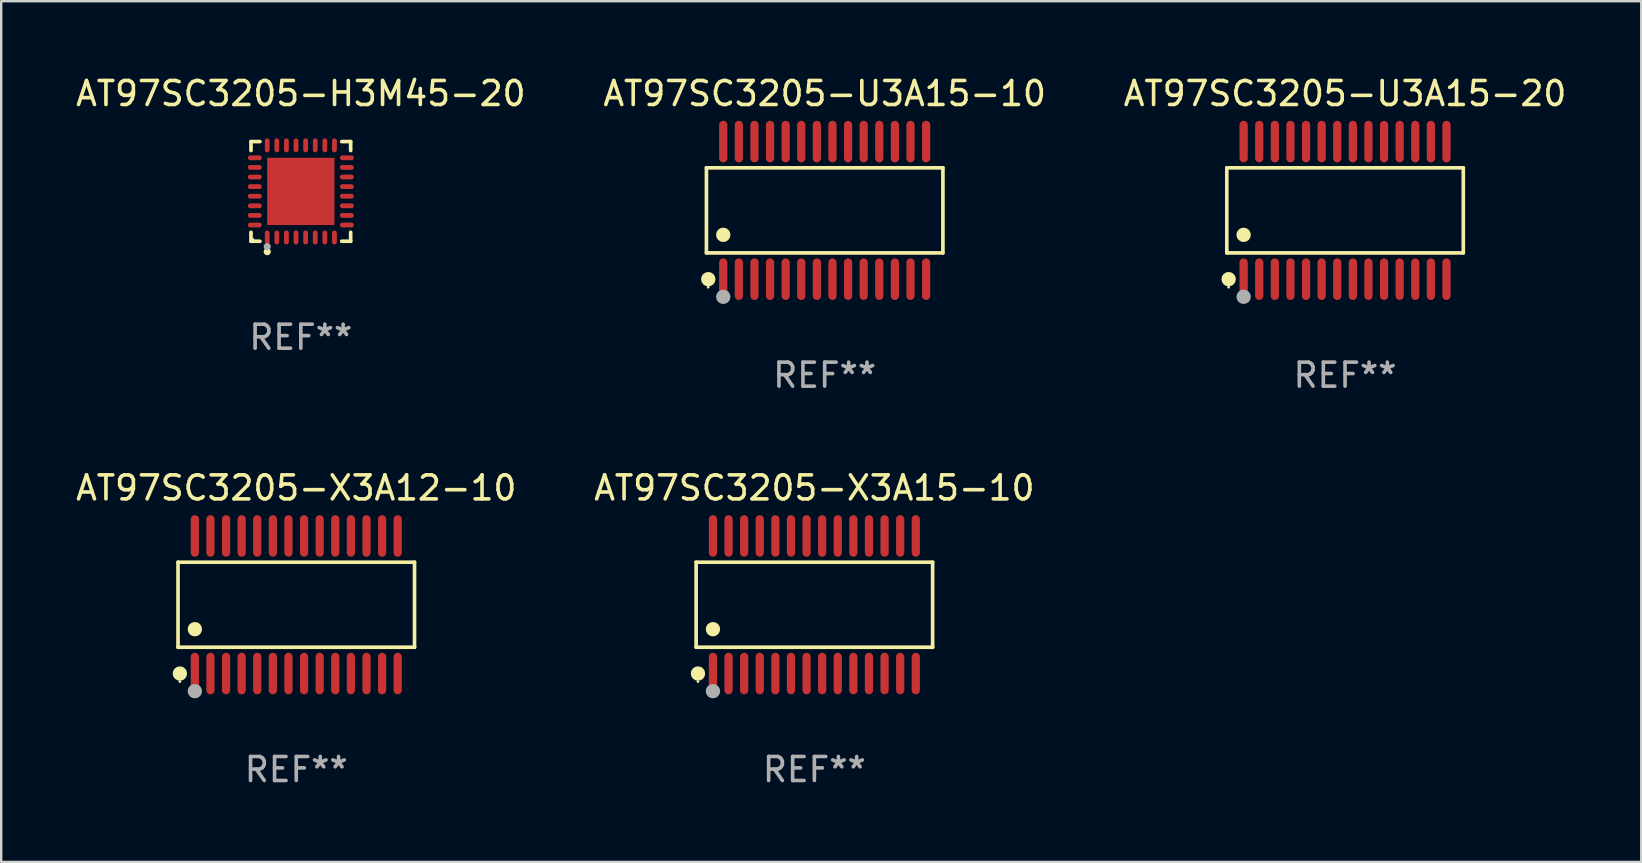
<source format=kicad_pcb>
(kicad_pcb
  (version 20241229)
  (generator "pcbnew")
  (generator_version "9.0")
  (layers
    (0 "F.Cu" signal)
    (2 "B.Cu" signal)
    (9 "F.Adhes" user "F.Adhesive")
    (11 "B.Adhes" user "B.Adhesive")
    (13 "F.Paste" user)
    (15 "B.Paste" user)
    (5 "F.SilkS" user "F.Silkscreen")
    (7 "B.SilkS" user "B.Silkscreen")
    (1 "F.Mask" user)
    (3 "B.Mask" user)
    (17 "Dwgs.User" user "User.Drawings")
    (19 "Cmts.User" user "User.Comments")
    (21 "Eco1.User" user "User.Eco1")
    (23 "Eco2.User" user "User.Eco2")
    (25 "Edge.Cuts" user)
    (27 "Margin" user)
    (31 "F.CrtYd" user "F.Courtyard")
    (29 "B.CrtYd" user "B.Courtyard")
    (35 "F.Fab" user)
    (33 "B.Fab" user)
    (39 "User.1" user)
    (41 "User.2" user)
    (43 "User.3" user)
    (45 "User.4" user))
  (footprint "AT97SC3205-X3A15-10"
    (layer "F.Cu")
    (at 30.875 22.142)
    (property "Reference" "AT97SC3205-X3A15-10" (at 0 -4.866 0) (layer "F.SilkS") (effects (font (size 1 1) (thickness 0.15))))
    (attr through_hole)
    (fp_line (start -4.926 -1.772) (end 4.926 -1.772) (stroke (width 0.152) (type solid)) (layer "F.SilkS"))
    (fp_line (start -4.926 1.771) (end -4.926 -1.772) (stroke (width 0.152) (type solid)) (layer "F.SilkS"))
    (fp_line (start 4.926 -1.772) (end 4.926 1.771) (stroke (width 0.152) (type solid)) (layer "F.SilkS"))
    (fp_line (start 4.926 1.771) (end -4.926 1.771) (stroke (width 0.152) (type solid)) (layer "F.SilkS"))
    (fp_circle (center -4.85 3.2) (end -4.82 3.2) (stroke (width 0.06) (type solid)) (fill no) (layer "F.SilkS"))
    (fp_circle (center -4.849 2.866) (end -4.699 2.866) (stroke (width 0.3) (type solid)) (fill no) (layer "F.SilkS"))
    (fp_circle (center -4.225 1.019) (end -4.075 1.019) (stroke (width 0.3) (type solid)) (fill no) (layer "F.SilkS"))
    (fp_circle (center -4.225 3.6) (end -4.075 3.6) (stroke (width 0.3) (type solid)) (fill no) (layer "F.Fab"))
    (fp_text user "REF**" (at 0 6.866 0) (layer "F.Fab") (effects (font (size 1 1) (thickness 0.15))))
    (pad "1" smd oval (at -4.225 2.866) (size 0.343 1.731) (layers "F.Cu" "F.Mask" "F.Paste"))
    (pad "2" smd oval (at -3.575 2.866) (size 0.343 1.731) (layers "F.Cu" "F.Mask" "F.Paste"))
    (pad "3" smd oval (at -2.925 2.866) (size 0.343 1.731) (layers "F.Cu" "F.Mask" "F.Paste"))
    (pad "4" smd oval (at -2.275 2.866) (size 0.343 1.731) (layers "F.Cu" "F.Mask" "F.Paste"))
    (pad "5" smd oval (at -1.625 2.866) (size 0.343 1.731) (layers "F.Cu" "F.Mask" "F.Paste"))
    (pad "6" smd oval (at -0.975 2.866) (size 0.343 1.731) (layers "F.Cu" "F.Mask" "F.Paste"))
    (pad "7" smd oval (at -0.325 2.866) (size 0.343 1.731) (layers "F.Cu" "F.Mask" "F.Paste"))
    (pad "8" smd oval (at 0.325 2.866) (size 0.343 1.731) (layers "F.Cu" "F.Mask" "F.Paste"))
    (pad "9" smd oval (at 0.975 2.866) (size 0.343 1.731) (layers "F.Cu" "F.Mask" "F.Paste"))
    (pad "10" smd oval (at 1.625 2.866) (size 0.343 1.731) (layers "F.Cu" "F.Mask" "F.Paste"))
    (pad "11" smd oval (at 2.275 2.866) (size 0.343 1.731) (layers "F.Cu" "F.Mask" "F.Paste"))
    (pad "12" smd oval (at 2.925 2.866) (size 0.343 1.731) (layers "F.Cu" "F.Mask" "F.Paste"))
    (pad "13" smd oval (at 3.575 2.866) (size 0.343 1.731) (layers "F.Cu" "F.Mask" "F.Paste"))
    (pad "14" smd oval (at 4.225 2.866) (size 0.343 1.731) (layers "F.Cu" "F.Mask" "F.Paste"))
    (pad "15" smd oval (at 4.225 -2.866) (size 0.343 1.731) (layers "F.Cu" "F.Mask" "F.Paste"))
    (pad "16" smd oval (at 3.575 -2.866) (size 0.343 1.731) (layers "F.Cu" "F.Mask" "F.Paste"))
    (pad "17" smd oval (at 2.925 -2.866) (size 0.343 1.731) (layers "F.Cu" "F.Mask" "F.Paste"))
    (pad "18" smd oval (at 2.275 -2.866) (size 0.343 1.731) (layers "F.Cu" "F.Mask" "F.Paste"))
    (pad "19" smd oval (at 1.625 -2.866) (size 0.343 1.731) (layers "F.Cu" "F.Mask" "F.Paste"))
    (pad "20" smd oval (at 0.975 -2.866) (size 0.343 1.731) (layers "F.Cu" "F.Mask" "F.Paste"))
    (pad "21" smd oval (at 0.325 -2.866) (size 0.343 1.731) (layers "F.Cu" "F.Mask" "F.Paste"))
    (pad "22" smd oval (at -0.325 -2.866) (size 0.343 1.731) (layers "F.Cu" "F.Mask" "F.Paste"))
    (pad "23" smd oval (at -0.975 -2.866) (size 0.343 1.731) (layers "F.Cu" "F.Mask" "F.Paste"))
    (pad "24" smd oval (at -1.625 -2.866) (size 0.343 1.731) (layers "F.Cu" "F.Mask" "F.Paste"))
    (pad "25" smd oval (at -2.275 -2.866) (size 0.343 1.731) (layers "F.Cu" "F.Mask" "F.Paste"))
    (pad "26" smd oval (at -2.925 -2.866) (size 0.343 1.731) (layers "F.Cu" "F.Mask" "F.Paste"))
    (pad "27" smd oval (at -3.575 -2.866) (size 0.343 1.731) (layers "F.Cu" "F.Mask" "F.Paste"))
    (pad "28" smd oval (at -4.225 -2.866) (size 0.343 1.731) (layers "F.Cu" "F.Mask" "F.Paste")))
  (footprint "AT97SC3205-U3A15-20"
    (layer "F.Cu")
    (at 52.982 5.714)
    (property "Reference" "AT97SC3205-U3A15-20" (at 0 -4.866 0) (layer "F.SilkS") (effects (font (size 1 1) (thickness 0.15))))
    (attr through_hole)
    (fp_line (start -4.926 -1.772) (end 4.926 -1.772) (stroke (width 0.152) (type solid)) (layer "F.SilkS"))
    (fp_line (start -4.926 1.771) (end -4.926 -1.772) (stroke (width 0.152) (type solid)) (layer "F.SilkS"))
    (fp_line (start 4.926 -1.772) (end 4.926 1.771) (stroke (width 0.152) (type solid)) (layer "F.SilkS"))
    (fp_line (start 4.926 1.771) (end -4.926 1.771) (stroke (width 0.152) (type solid)) (layer "F.SilkS"))
    (fp_circle (center -4.85 3.2) (end -4.82 3.2) (stroke (width 0.06) (type solid)) (fill no) (layer "F.SilkS"))
    (fp_circle (center -4.849 2.866) (end -4.699 2.866) (stroke (width 0.3) (type solid)) (fill no) (layer "F.SilkS"))
    (fp_circle (center -4.225 1.019) (end -4.075 1.019) (stroke (width 0.3) (type solid)) (fill no) (layer "F.SilkS"))
    (fp_circle (center -4.225 3.6) (end -4.075 3.6) (stroke (width 0.3) (type solid)) (fill no) (layer "F.Fab"))
    (fp_text user "REF**" (at 0 6.866 0) (layer "F.Fab") (effects (font (size 1 1) (thickness 0.15))))
    (pad "1" smd oval (at -4.225 2.866) (size 0.343 1.731) (layers "F.Cu" "F.Mask" "F.Paste"))
    (pad "2" smd oval (at -3.575 2.866) (size 0.343 1.731) (layers "F.Cu" "F.Mask" "F.Paste"))
    (pad "3" smd oval (at -2.925 2.866) (size 0.343 1.731) (layers "F.Cu" "F.Mask" "F.Paste"))
    (pad "4" smd oval (at -2.275 2.866) (size 0.343 1.731) (layers "F.Cu" "F.Mask" "F.Paste"))
    (pad "5" smd oval (at -1.625 2.866) (size 0.343 1.731) (layers "F.Cu" "F.Mask" "F.Paste"))
    (pad "6" smd oval (at -0.975 2.866) (size 0.343 1.731) (layers "F.Cu" "F.Mask" "F.Paste"))
    (pad "7" smd oval (at -0.325 2.866) (size 0.343 1.731) (layers "F.Cu" "F.Mask" "F.Paste"))
    (pad "8" smd oval (at 0.325 2.866) (size 0.343 1.731) (layers "F.Cu" "F.Mask" "F.Paste"))
    (pad "9" smd oval (at 0.975 2.866) (size 0.343 1.731) (layers "F.Cu" "F.Mask" "F.Paste"))
    (pad "10" smd oval (at 1.625 2.866) (size 0.343 1.731) (layers "F.Cu" "F.Mask" "F.Paste"))
    (pad "11" smd oval (at 2.275 2.866) (size 0.343 1.731) (layers "F.Cu" "F.Mask" "F.Paste"))
    (pad "12" smd oval (at 2.925 2.866) (size 0.343 1.731) (layers "F.Cu" "F.Mask" "F.Paste"))
    (pad "13" smd oval (at 3.575 2.866) (size 0.343 1.731) (layers "F.Cu" "F.Mask" "F.Paste"))
    (pad "14" smd oval (at 4.225 2.866) (size 0.343 1.731) (layers "F.Cu" "F.Mask" "F.Paste"))
    (pad "15" smd oval (at 4.225 -2.866) (size 0.343 1.731) (layers "F.Cu" "F.Mask" "F.Paste"))
    (pad "16" smd oval (at 3.575 -2.866) (size 0.343 1.731) (layers "F.Cu" "F.Mask" "F.Paste"))
    (pad "17" smd oval (at 2.925 -2.866) (size 0.343 1.731) (layers "F.Cu" "F.Mask" "F.Paste"))
    (pad "18" smd oval (at 2.275 -2.866) (size 0.343 1.731) (layers "F.Cu" "F.Mask" "F.Paste"))
    (pad "19" smd oval (at 1.625 -2.866) (size 0.343 1.731) (layers "F.Cu" "F.Mask" "F.Paste"))
    (pad "20" smd oval (at 0.975 -2.866) (size 0.343 1.731) (layers "F.Cu" "F.Mask" "F.Paste"))
    (pad "21" smd oval (at 0.325 -2.866) (size 0.343 1.731) (layers "F.Cu" "F.Mask" "F.Paste"))
    (pad "22" smd oval (at -0.325 -2.866) (size 0.343 1.731) (layers "F.Cu" "F.Mask" "F.Paste"))
    (pad "23" smd oval (at -0.975 -2.866) (size 0.343 1.731) (layers "F.Cu" "F.Mask" "F.Paste"))
    (pad "24" smd oval (at -1.625 -2.866) (size 0.343 1.731) (layers "F.Cu" "F.Mask" "F.Paste"))
    (pad "25" smd oval (at -2.275 -2.866) (size 0.343 1.731) (layers "F.Cu" "F.Mask" "F.Paste"))
    (pad "26" smd oval (at -2.925 -2.866) (size 0.343 1.731) (layers "F.Cu" "F.Mask" "F.Paste"))
    (pad "27" smd oval (at -3.575 -2.866) (size 0.343 1.731) (layers "F.Cu" "F.Mask" "F.Paste"))
    (pad "28" smd oval (at -4.225 -2.866) (size 0.343 1.731) (layers "F.Cu" "F.Mask" "F.Paste")))
  (footprint "AT97SC3205-U3A15-10"
    (layer "F.Cu")
    (at 31.304 5.714)
    (property "Reference" "AT97SC3205-U3A15-10" (at 0 -4.866 0) (layer "F.SilkS") (effects (font (size 1 1) (thickness 0.15))))
    (attr through_hole)
    (fp_line (start -4.926 -1.772) (end 4.926 -1.772) (stroke (width 0.152) (type solid)) (layer "F.SilkS"))
    (fp_line (start -4.926 1.771) (end -4.926 -1.772) (stroke (width 0.152) (type solid)) (layer "F.SilkS"))
    (fp_line (start 4.926 -1.772) (end 4.926 1.771) (stroke (width 0.152) (type solid)) (layer "F.SilkS"))
    (fp_line (start 4.926 1.771) (end -4.926 1.771) (stroke (width 0.152) (type solid)) (layer "F.SilkS"))
    (fp_circle (center -4.85 3.2) (end -4.82 3.2) (stroke (width 0.06) (type solid)) (fill no) (layer "F.SilkS"))
    (fp_circle (center -4.849 2.866) (end -4.699 2.866) (stroke (width 0.3) (type solid)) (fill no) (layer "F.SilkS"))
    (fp_circle (center -4.225 1.019) (end -4.075 1.019) (stroke (width 0.3) (type solid)) (fill no) (layer "F.SilkS"))
    (fp_circle (center -4.225 3.6) (end -4.075 3.6) (stroke (width 0.3) (type solid)) (fill no) (layer "F.Fab"))
    (fp_text user "REF**" (at 0 6.866 0) (layer "F.Fab") (effects (font (size 1 1) (thickness 0.15))))
    (pad "1" smd oval (at -4.225 2.866) (size 0.343 1.731) (layers "F.Cu" "F.Mask" "F.Paste"))
    (pad "2" smd oval (at -3.575 2.866) (size 0.343 1.731) (layers "F.Cu" "F.Mask" "F.Paste"))
    (pad "3" smd oval (at -2.925 2.866) (size 0.343 1.731) (layers "F.Cu" "F.Mask" "F.Paste"))
    (pad "4" smd oval (at -2.275 2.866) (size 0.343 1.731) (layers "F.Cu" "F.Mask" "F.Paste"))
    (pad "5" smd oval (at -1.625 2.866) (size 0.343 1.731) (layers "F.Cu" "F.Mask" "F.Paste"))
    (pad "6" smd oval (at -0.975 2.866) (size 0.343 1.731) (layers "F.Cu" "F.Mask" "F.Paste"))
    (pad "7" smd oval (at -0.325 2.866) (size 0.343 1.731) (layers "F.Cu" "F.Mask" "F.Paste"))
    (pad "8" smd oval (at 0.325 2.866) (size 0.343 1.731) (layers "F.Cu" "F.Mask" "F.Paste"))
    (pad "9" smd oval (at 0.975 2.866) (size 0.343 1.731) (layers "F.Cu" "F.Mask" "F.Paste"))
    (pad "10" smd oval (at 1.625 2.866) (size 0.343 1.731) (layers "F.Cu" "F.Mask" "F.Paste"))
    (pad "11" smd oval (at 2.275 2.866) (size 0.343 1.731) (layers "F.Cu" "F.Mask" "F.Paste"))
    (pad "12" smd oval (at 2.925 2.866) (size 0.343 1.731) (layers "F.Cu" "F.Mask" "F.Paste"))
    (pad "13" smd oval (at 3.575 2.866) (size 0.343 1.731) (layers "F.Cu" "F.Mask" "F.Paste"))
    (pad "14" smd oval (at 4.225 2.866) (size 0.343 1.731) (layers "F.Cu" "F.Mask" "F.Paste"))
    (pad "15" smd oval (at 4.225 -2.866) (size 0.343 1.731) (layers "F.Cu" "F.Mask" "F.Paste"))
    (pad "16" smd oval (at 3.575 -2.866) (size 0.343 1.731) (layers "F.Cu" "F.Mask" "F.Paste"))
    (pad "17" smd oval (at 2.925 -2.866) (size 0.343 1.731) (layers "F.Cu" "F.Mask" "F.Paste"))
    (pad "18" smd oval (at 2.275 -2.866) (size 0.343 1.731) (layers "F.Cu" "F.Mask" "F.Paste"))
    (pad "19" smd oval (at 1.625 -2.866) (size 0.343 1.731) (layers "F.Cu" "F.Mask" "F.Paste"))
    (pad "20" smd oval (at 0.975 -2.866) (size 0.343 1.731) (layers "F.Cu" "F.Mask" "F.Paste"))
    (pad "21" smd oval (at 0.325 -2.866) (size 0.343 1.731) (layers "F.Cu" "F.Mask" "F.Paste"))
    (pad "22" smd oval (at -0.325 -2.866) (size 0.343 1.731) (layers "F.Cu" "F.Mask" "F.Paste"))
    (pad "23" smd oval (at -0.975 -2.866) (size 0.343 1.731) (layers "F.Cu" "F.Mask" "F.Paste"))
    (pad "24" smd oval (at -1.625 -2.866) (size 0.343 1.731) (layers "F.Cu" "F.Mask" "F.Paste"))
    (pad "25" smd oval (at -2.275 -2.866) (size 0.343 1.731) (layers "F.Cu" "F.Mask" "F.Paste"))
    (pad "26" smd oval (at -2.925 -2.866) (size 0.343 1.731) (layers "F.Cu" "F.Mask" "F.Paste"))
    (pad "27" smd oval (at -3.575 -2.866) (size 0.343 1.731) (layers "F.Cu" "F.Mask" "F.Paste"))
    (pad "28" smd oval (at -4.225 -2.866) (size 0.343 1.731) (layers "F.Cu" "F.Mask" "F.Paste")))
  (footprint "AT97SC3205-H3M45-20"
    (layer "F.Cu")
    (at 9.482 4.924)
    (property "Reference" "AT97SC3205-H3M45-20" (at 0 -4.076 0) (layer "F.SilkS") (effects (font (size 1 1) (thickness 0.15))))
    (attr through_hole)
    (fp_line (start -2.076 -2.076) (end -1.703 -2.076) (stroke (width 0.152) (type solid)) (layer "F.SilkS"))
    (fp_line (start -2.076 -1.703) (end -2.076 -2.076) (stroke (width 0.152) (type solid)) (layer "F.SilkS"))
    (fp_line (start -2.076 1.703) (end -2.076 2.076) (stroke (width 0.152) (type solid)) (layer "F.SilkS"))
    (fp_line (start -2.076 2.076) (end -1.703 2.076) (stroke (width 0.152) (type solid)) (layer "F.SilkS"))
    (fp_line (start 2.076 -2.076) (end 1.703 -2.076) (stroke (width 0.152) (type solid)) (layer "F.SilkS"))
    (fp_line (start 2.076 -1.703) (end 2.076 -2.076) (stroke (width 0.152) (type solid)) (layer "F.SilkS"))
    (fp_line (start 2.076 1.703) (end 2.076 2.076) (stroke (width 0.152) (type solid)) (layer "F.SilkS"))
    (fp_line (start 2.076 2.076) (end 1.703 2.076) (stroke (width 0.152) (type solid)) (layer "F.SilkS"))
    (fp_circle (center -2 2) (end -1.97 2) (stroke (width 0.06) (type solid)) (fill no) (layer "F.SilkS"))
    (fp_circle (center -1.4 2.51) (end -1.325 2.51) (stroke (width 0.15) (type solid)) (fill no) (layer "F.SilkS"))
    (fp_circle (center -1.4 2.3) (end -1.325 2.3) (stroke (width 0.15) (type solid)) (fill no) (layer "F.Fab"))
    (fp_text user "REF**" (at 0 6.076 0) (layer "F.Fab") (effects (font (size 1 1) (thickness 0.15))))
    (pad "1" smd oval (at -1.4 1.917) (size 0.2 0.58) (layers "F.Cu" "F.Mask" "F.Paste"))
    (pad "2" smd oval (at -1 1.917) (size 0.2 0.58) (layers "F.Cu" "F.Mask" "F.Paste"))
    (pad "3" smd oval (at -0.6 1.917) (size 0.2 0.58) (layers "F.Cu" "F.Mask" "F.Paste"))
    (pad "4" smd oval (at -0.2 1.917) (size 0.2 0.58) (layers "F.Cu" "F.Mask" "F.Paste"))
    (pad "5" smd oval (at 0.2 1.917) (size 0.2 0.58) (layers "F.Cu" "F.Mask" "F.Paste"))
    (pad "6" smd oval (at 0.6 1.917) (size 0.2 0.58) (layers "F.Cu" "F.Mask" "F.Paste"))
    (pad "7" smd oval (at 1 1.917) (size 0.2 0.58) (layers "F.Cu" "F.Mask" "F.Paste"))
    (pad "8" smd oval (at 1.4 1.917) (size 0.2 0.58) (layers "F.Cu" "F.Mask" "F.Paste"))
    (pad "9" smd oval (at 1.917 1.4) (size 0.58 0.2) (layers "F.Cu" "F.Mask" "F.Paste"))
    (pad "10" smd oval (at 1.917 1) (size 0.58 0.2) (layers "F.Cu" "F.Mask" "F.Paste"))
    (pad "11" smd oval (at 1.917 0.6) (size 0.58 0.2) (layers "F.Cu" "F.Mask" "F.Paste"))
    (pad "12" smd oval (at 1.917 0.2) (size 0.58 0.2) (layers "F.Cu" "F.Mask" "F.Paste"))
    (pad "13" smd oval (at 1.917 -0.2) (size 0.58 0.2) (layers "F.Cu" "F.Mask" "F.Paste"))
    (pad "14" smd oval (at 1.917 -0.6) (size 0.58 0.2) (layers "F.Cu" "F.Mask" "F.Paste"))
    (pad "15" smd oval (at 1.917 -1) (size 0.58 0.2) (layers "F.Cu" "F.Mask" "F.Paste"))
    (pad "16" smd oval (at 1.917 -1.4) (size 0.58 0.2) (layers "F.Cu" "F.Mask" "F.Paste"))
    (pad "17" smd oval (at 1.4 -1.917) (size 0.2 0.58) (layers "F.Cu" "F.Mask" "F.Paste"))
    (pad "18" smd oval (at 1 -1.917) (size 0.2 0.58) (layers "F.Cu" "F.Mask" "F.Paste"))
    (pad "19" smd oval (at 0.6 -1.917) (size 0.2 0.58) (layers "F.Cu" "F.Mask" "F.Paste"))
    (pad "20" smd oval (at 0.2 -1.917) (size 0.2 0.58) (layers "F.Cu" "F.Mask" "F.Paste"))
    (pad "21" smd oval (at -0.2 -1.917) (size 0.2 0.58) (layers "F.Cu" "F.Mask" "F.Paste"))
    (pad "22" smd oval (at -0.6 -1.917) (size 0.2 0.58) (layers "F.Cu" "F.Mask" "F.Paste"))
    (pad "23" smd oval (at -1 -1.917) (size 0.2 0.58) (layers "F.Cu" "F.Mask" "F.Paste"))
    (pad "24" smd oval (at -1.4 -1.917) (size 0.2 0.58) (layers "F.Cu" "F.Mask" "F.Paste"))
    (pad "25" smd oval (at -1.917 -1.4) (size 0.58 0.2) (layers "F.Cu" "F.Mask" "F.Paste"))
    (pad "26" smd oval (at -1.917 -1) (size 0.58 0.2) (layers "F.Cu" "F.Mask" "F.Paste"))
    (pad "27" smd oval (at -1.917 -0.6) (size 0.58 0.2) (layers "F.Cu" "F.Mask" "F.Paste"))
    (pad "28" smd oval (at -1.917 -0.2) (size 0.58 0.2) (layers "F.Cu" "F.Mask" "F.Paste"))
    (pad "29" smd oval (at -1.917 0.2) (size 0.58 0.2) (layers "F.Cu" "F.Mask" "F.Paste"))
    (pad "30" smd oval (at -1.917 0.6) (size 0.58 0.2) (layers "F.Cu" "F.Mask" "F.Paste"))
    (pad "31" smd oval (at -1.917 1) (size 0.58 0.2) (layers "F.Cu" "F.Mask" "F.Paste"))
    (pad "32" smd oval (at -1.917 1.4) (size 0.58 0.2) (layers "F.Cu" "F.Mask" "F.Paste"))
    (pad "33" smd rect (at 0 0) (size 2.8 2.8) (layers "F.Cu" "F.Mask" "F.Paste")))
  (footprint "AT97SC3205-X3A12-10"
    (layer "F.Cu")
    (at 9.292 22.142)
    (property "Reference" "AT97SC3205-X3A12-10" (at 0 -4.866 0) (layer "F.SilkS") (effects (font (size 1 1) (thickness 0.15))))
    (attr through_hole)
    (fp_line (start -4.926 -1.772) (end 4.926 -1.772) (stroke (width 0.152) (type solid)) (layer "F.SilkS"))
    (fp_line (start -4.926 1.771) (end -4.926 -1.772) (stroke (width 0.152) (type solid)) (layer "F.SilkS"))
    (fp_line (start 4.926 -1.772) (end 4.926 1.771) (stroke (width 0.152) (type solid)) (layer "F.SilkS"))
    (fp_line (start 4.926 1.771) (end -4.926 1.771) (stroke (width 0.152) (type solid)) (layer "F.SilkS"))
    (fp_circle (center -4.85 3.2) (end -4.82 3.2) (stroke (width 0.06) (type solid)) (fill no) (layer "F.SilkS"))
    (fp_circle (center -4.849 2.866) (end -4.699 2.866) (stroke (width 0.3) (type solid)) (fill no) (layer "F.SilkS"))
    (fp_circle (center -4.225 1.019) (end -4.075 1.019) (stroke (width 0.3) (type solid)) (fill no) (layer "F.SilkS"))
    (fp_circle (center -4.225 3.6) (end -4.075 3.6) (stroke (width 0.3) (type solid)) (fill no) (layer "F.Fab"))
    (fp_text user "REF**" (at 0 6.866 0) (layer "F.Fab") (effects (font (size 1 1) (thickness 0.15))))
    (pad "1" smd oval (at -4.225 2.866) (size 0.343 1.731) (layers "F.Cu" "F.Mask" "F.Paste"))
    (pad "2" smd oval (at -3.575 2.866) (size 0.343 1.731) (layers "F.Cu" "F.Mask" "F.Paste"))
    (pad "3" smd oval (at -2.925 2.866) (size 0.343 1.731) (layers "F.Cu" "F.Mask" "F.Paste"))
    (pad "4" smd oval (at -2.275 2.866) (size 0.343 1.731) (layers "F.Cu" "F.Mask" "F.Paste"))
    (pad "5" smd oval (at -1.625 2.866) (size 0.343 1.731) (layers "F.Cu" "F.Mask" "F.Paste"))
    (pad "6" smd oval (at -0.975 2.866) (size 0.343 1.731) (layers "F.Cu" "F.Mask" "F.Paste"))
    (pad "7" smd oval (at -0.325 2.866) (size 0.343 1.731) (layers "F.Cu" "F.Mask" "F.Paste"))
    (pad "8" smd oval (at 0.325 2.866) (size 0.343 1.731) (layers "F.Cu" "F.Mask" "F.Paste"))
    (pad "9" smd oval (at 0.975 2.866) (size 0.343 1.731) (layers "F.Cu" "F.Mask" "F.Paste"))
    (pad "10" smd oval (at 1.625 2.866) (size 0.343 1.731) (layers "F.Cu" "F.Mask" "F.Paste"))
    (pad "11" smd oval (at 2.275 2.866) (size 0.343 1.731) (layers "F.Cu" "F.Mask" "F.Paste"))
    (pad "12" smd oval (at 2.925 2.866) (size 0.343 1.731) (layers "F.Cu" "F.Mask" "F.Paste"))
    (pad "13" smd oval (at 3.575 2.866) (size 0.343 1.731) (layers "F.Cu" "F.Mask" "F.Paste"))
    (pad "14" smd oval (at 4.225 2.866) (size 0.343 1.731) (layers "F.Cu" "F.Mask" "F.Paste"))
    (pad "15" smd oval (at 4.225 -2.866) (size 0.343 1.731) (layers "F.Cu" "F.Mask" "F.Paste"))
    (pad "16" smd oval (at 3.575 -2.866) (size 0.343 1.731) (layers "F.Cu" "F.Mask" "F.Paste"))
    (pad "17" smd oval (at 2.925 -2.866) (size 0.343 1.731) (layers "F.Cu" "F.Mask" "F.Paste"))
    (pad "18" smd oval (at 2.275 -2.866) (size 0.343 1.731) (layers "F.Cu" "F.Mask" "F.Paste"))
    (pad "19" smd oval (at 1.625 -2.866) (size 0.343 1.731) (layers "F.Cu" "F.Mask" "F.Paste"))
    (pad "20" smd oval (at 0.975 -2.866) (size 0.343 1.731) (layers "F.Cu" "F.Mask" "F.Paste"))
    (pad "21" smd oval (at 0.325 -2.866) (size 0.343 1.731) (layers "F.Cu" "F.Mask" "F.Paste"))
    (pad "22" smd oval (at -0.325 -2.866) (size 0.343 1.731) (layers "F.Cu" "F.Mask" "F.Paste"))
    (pad "23" smd oval (at -0.975 -2.866) (size 0.343 1.731) (layers "F.Cu" "F.Mask" "F.Paste"))
    (pad "24" smd oval (at -1.625 -2.866) (size 0.343 1.731) (layers "F.Cu" "F.Mask" "F.Paste"))
    (pad "25" smd oval (at -2.275 -2.866) (size 0.343 1.731) (layers "F.Cu" "F.Mask" "F.Paste"))
    (pad "26" smd oval (at -2.925 -2.866) (size 0.343 1.731) (layers "F.Cu" "F.Mask" "F.Paste"))
    (pad "27" smd oval (at -3.575 -2.866) (size 0.343 1.731) (layers "F.Cu" "F.Mask" "F.Paste"))
    (pad "28" smd oval (at -4.225 -2.866) (size 0.343 1.731) (layers "F.Cu" "F.Mask" "F.Paste")))
  (gr_rect
    (start -3 -3)
    (end 65.321 32.856)
    (stroke (width 0.1) (type default))
    (fill no)
    (layer "Edge.Cuts")))
</source>
